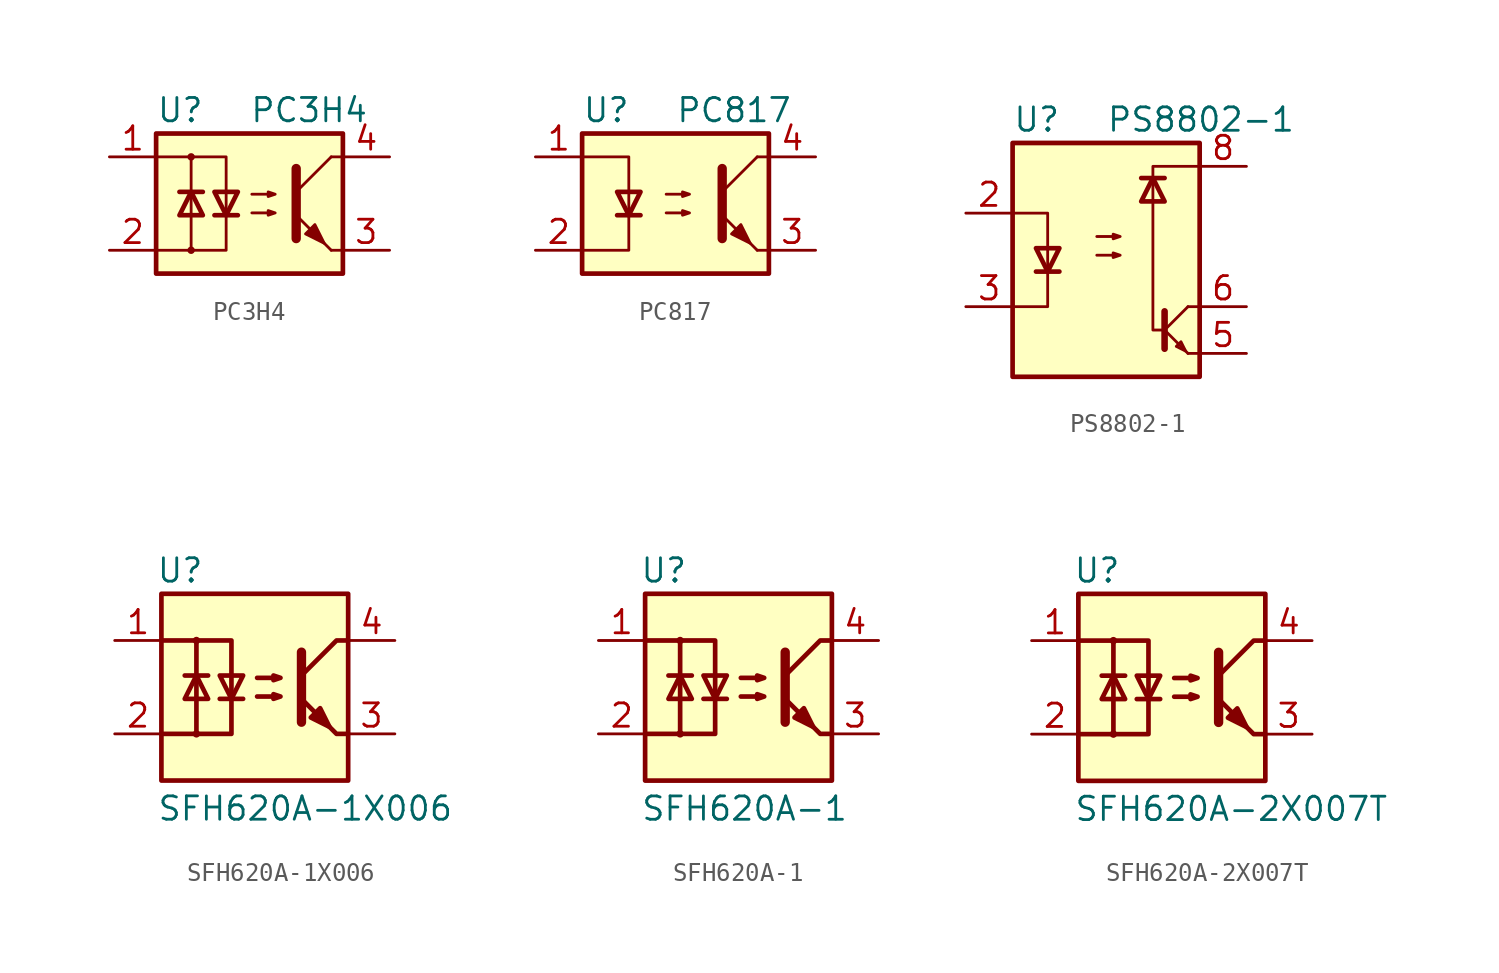
<source format=kicad_sym>
(kicad_symbol_lib
  (version 20201005)
  (generator kicad_symbol_editor)
  (symbol "Isolator_Optocoupler:PC3H4"
    (property "Reference" "U"
      (at -5.08 5.08 0)
      (effects (font (size 1.27 1.27)) (justify left)))
    (property "Value" "PC3H4"
      (at 0 5.08 0)
      (effects (font (size 1.27 1.27)) (justify left)))
    (symbol "PC3H4_0_1"
      (circle (center -3.175 -2.54) (radius 0.127) (stroke (width 0)) (fill (type none)))
      (circle (center -3.175 2.54) (radius 0.127) (stroke (width 0)) (fill (type none)))
      (rectangle (start -5.08 3.81) (end 5.08 -3.81) (stroke (width 0.254)) (fill (type background)))
      (polyline (pts (xy -3.81 0.635) (xy -2.54 0.635)) (stroke (width 0.254)) (fill (type none)))
      (polyline (pts (xy -3.175 -0.635) (xy -3.175 -2.54)) (stroke (width 0)) (fill (type none)))
      (polyline (pts (xy -3.175 -0.635) (xy -3.175 2.54)) (stroke (width 0)) (fill (type none)))
      (polyline (pts (xy -1.905 -0.635) (xy -0.635 -0.635)) (stroke (width 0.254)) (fill (type none)))
      (polyline (pts (xy 2.54 0.635) (xy 4.445 2.54)) (stroke (width 0)) (fill (type none)))
      (polyline (pts (xy 4.445 -2.54) (xy 5.08 -2.54)) (stroke (width 0)) (fill (type none)))
      (polyline (pts (xy 4.445 2.54) (xy 5.08 2.54)) (stroke (width 0)) (fill (type none)))
      (polyline (pts (xy -5.08 2.54) (xy -1.27 2.54) (xy -1.27 -0.635)) (stroke (width 0)) (fill (type none)))
      (polyline (pts (xy -1.27 -0.635) (xy -1.27 -2.54) (xy -5.08 -2.54)) (stroke (width 0)) (fill (type none)))
      (polyline (pts (xy 2.54 1.905) (xy 2.54 -1.905) (xy 2.54 -1.905)) (stroke (width 0.508)) (fill (type none)))
      (polyline (pts (xy -3.175 0.635) (xy -3.81 -0.635) (xy -2.54 -0.635) (xy -3.175 0.635)) (stroke (width 0.254)) (fill (type none)))
      (polyline (pts (xy -1.27 -0.635) (xy -1.905 0.635) (xy -0.635 0.635) (xy -1.27 -0.635)) (stroke (width 0.254)) (fill (type none)))
      (polyline (pts (xy 0.127 -0.508) (xy 1.397 -0.508) (xy 1.016 -0.635) (xy 1.016 -0.381) (xy 1.397 -0.508)) (stroke (width 0)) (fill (type none)))
      (polyline (pts (xy 0.127 0.508) (xy 1.397 0.508) (xy 1.016 0.381) (xy 1.016 0.635) (xy 1.397 0.508)) (stroke (width 0)) (fill (type none)))
      (polyline (pts (xy 4.445 -2.54) (xy 2.54 -0.635)) (stroke (width 0)) (fill (type outline)))
      (polyline (pts (xy 3.048 -1.651) (xy 3.556 -1.143) (xy 4.064 -2.159) (xy 3.048 -1.651) (xy 3.048 -1.651)) (stroke (width 0)) (fill (type outline))))
    (symbol "PC3H4_1_1"
      (pin passive line (at -7.62 2.54 0) (length 2.54) (name "~" (effects (font (size 1.27 1.27)))) (number "1" (effects (font (size 1.27 1.27)))))
      (pin passive line (at -7.62 -2.54 0) (length 2.54) (name "~" (effects (font (size 1.27 1.27)))) (number "2" (effects (font (size 1.27 1.27)))))
      (pin passive line (at 7.62 -2.54 180) (length 2.54) (name "~" (effects (font (size 1.27 1.27)))) (number "3" (effects (font (size 1.27 1.27)))))
      (pin passive line (at 7.62 2.54 180) (length 2.54) (name "~" (effects (font (size 1.27 1.27)))) (number "4" (effects (font (size 1.27 1.27)))))))
  (symbol "Isolator_Optocoupler:PC817"
    (pin_names
      (offset 1.016))
    (property "Reference" "U"
      (at -5.08 5.08 0)
      (effects (font (size 1.27 1.27)) (justify left)))
    (property "Value" "PC817"
      (at 0 5.08 0)
      (effects (font (size 1.27 1.27)) (justify left)))
    (symbol "PC817_0_1"
      (rectangle (start -5.08 3.81) (end 5.08 -3.81) (stroke (width 0.254)) (fill (type background)))
      (polyline (pts (xy -3.175 -0.635) (xy -1.905 -0.635)) (stroke (width 0.254)) (fill (type none)))
      (polyline (pts (xy 2.54 0.635) (xy 4.445 2.54)) (stroke (width 0)) (fill (type none)))
      (polyline (pts (xy 4.445 -2.54) (xy 5.08 -2.54)) (stroke (width 0)) (fill (type none)))
      (polyline (pts (xy 4.445 2.54) (xy 5.08 2.54)) (stroke (width 0)) (fill (type none)))
      (polyline (pts (xy -5.08 2.54) (xy -2.54 2.54) (xy -2.54 -0.635)) (stroke (width 0)) (fill (type none)))
      (polyline (pts (xy -2.54 -0.635) (xy -2.54 -2.54) (xy -5.08 -2.54)) (stroke (width 0)) (fill (type none)))
      (polyline (pts (xy 2.54 1.905) (xy 2.54 -1.905) (xy 2.54 -1.905)) (stroke (width 0.508)) (fill (type none)))
      (polyline (pts (xy -2.54 -0.635) (xy -3.175 0.635) (xy -1.905 0.635) (xy -2.54 -0.635)) (stroke (width 0.254)) (fill (type none)))
      (polyline (pts (xy -0.508 -0.508) (xy 0.762 -0.508) (xy 0.381 -0.635) (xy 0.381 -0.381) (xy 0.762 -0.508)) (stroke (width 0)) (fill (type none)))
      (polyline (pts (xy -0.508 0.508) (xy 0.762 0.508) (xy 0.381 0.381) (xy 0.381 0.635) (xy 0.762 0.508)) (stroke (width 0)) (fill (type none)))
      (polyline (pts (xy 4.445 -2.54) (xy 2.54 -0.635)) (stroke (width 0)) (fill (type outline)))
      (polyline (pts (xy 3.048 -1.651) (xy 3.556 -1.143) (xy 4.064 -2.159) (xy 3.048 -1.651) (xy 3.048 -1.651)) (stroke (width 0)) (fill (type outline))))
    (symbol "PC817_1_1"
      (pin passive line (at -7.62 2.54 0) (length 2.54) (name "~" (effects (font (size 1.27 1.27)))) (number "1" (effects (font (size 1.27 1.27)))))
      (pin passive line (at -7.62 -2.54 0) (length 2.54) (name "~" (effects (font (size 1.27 1.27)))) (number "2" (effects (font (size 1.27 1.27)))))
      (pin passive line (at 7.62 -2.54 180) (length 2.54) (name "~" (effects (font (size 1.27 1.27)))) (number "3" (effects (font (size 1.27 1.27)))))
      (pin passive line (at 7.62 2.54 180) (length 2.54) (name "~" (effects (font (size 1.27 1.27)))) (number "4" (effects (font (size 1.27 1.27)))))))
  (symbol "Isolator_Optocoupler:PS8802-1"
    (pin_names hide)
    (property "Reference" "U"
      (at -5.08 7.62 0)
      (effects (font (size 1.27 1.27)) (justify left)))
    (property "Value" "PS8802-1"
      (at 0 7.62 0)
      (effects (font (size 1.27 1.27)) (justify left)))
    (symbol "PS8802-1_0_1"
      (rectangle (start -5.08 6.35) (end 5.08 -6.35) (stroke (width 0.254)) (fill (type background)))
      (polyline (pts (xy -3.81 -0.635) (xy -2.54 -0.635)) (stroke (width 0.254)) (fill (type none)))
      (polyline (pts (xy 1.905 4.445) (xy 3.175 4.445)) (stroke (width 0.254)) (fill (type none)))
      (polyline (pts (xy 3.175 -2.794) (xy 3.175 -4.826)) (stroke (width 0.356)) (fill (type none)))
      (polyline (pts (xy 3.302 -3.937) (xy 4.445 -5.08)) (stroke (width 0)) (fill (type none)))
      (polyline (pts (xy 3.302 -3.683) (xy 4.445 -2.54)) (stroke (width 0)) (fill (type none)))
      (polyline (pts (xy 5.08 -5.08) (xy 4.445 -5.08)) (stroke (width 0)) (fill (type none)))
      (polyline (pts (xy 5.08 -2.54) (xy 4.445 -2.54)) (stroke (width 0)) (fill (type none)))
      (polyline (pts (xy -5.08 2.54) (xy -3.175 2.54) (xy -3.175 -2.54) (xy -5.08 -2.54)) (stroke (width 0)) (fill (type none)))
      (polyline (pts (xy -3.175 -0.635) (xy -3.81 0.635) (xy -2.54 0.635) (xy -3.175 -0.635)) (stroke (width 0.254)) (fill (type none)))
      (polyline (pts (xy 2.54 4.445) (xy 1.905 3.175) (xy 3.175 3.175) (xy 2.54 4.445)) (stroke (width 0.254)) (fill (type none)))
      (polyline (pts (xy 4.318 -4.953) (xy 4.064 -4.445) (xy 3.81 -4.699) (xy 4.318 -4.953)) (stroke (width 0)) (fill (type none)))
      (polyline (pts (xy -0.508 0.254) (xy 0.762 0.254) (xy 0.381 0.127) (xy 0.381 0.381) (xy 0.762 0.254)) (stroke (width 0)) (fill (type none)))
      (polyline (pts (xy -0.508 1.27) (xy 0.762 1.27) (xy 0.381 1.143) (xy 0.381 1.397) (xy 0.762 1.27)) (stroke (width 0)) (fill (type none)))
      (polyline (pts (xy 5.08 5.08) (xy 2.54 5.08) (xy 2.54 1.905) (xy 2.54 -3.81) (xy 3.175 -3.81)) (stroke (width 0)) (fill (type none))))
    (symbol "PS8802-1_1_1"
      (pin no_connect line (at -5.08 5.08 0) (length 2.54) hide (name "NC" (effects (font (size 1.27 1.27)))) (number "1" (effects (font (size 1.27 1.27)))))
      (pin passive line (at -7.62 2.54 0) (length 2.54) (name "A" (effects (font (size 1.27 1.27)))) (number "2" (effects (font (size 1.27 1.27)))))
      (pin passive line (at -7.62 -2.54 0) (length 2.54) (name "C" (effects (font (size 1.27 1.27)))) (number "3" (effects (font (size 1.27 1.27)))))
      (pin no_connect line (at -5.08 -5.08 0) (length 2.54) hide (name "NC" (effects (font (size 1.27 1.27)))) (number "4" (effects (font (size 1.27 1.27)))))
      (pin passive line (at 7.62 -5.08 180) (length 2.54) (name "GND" (effects (font (size 1.27 1.27)))) (number "5" (effects (font (size 1.27 1.27)))))
      (pin passive line (at 7.62 -2.54 180) (length 2.54) (name "VO" (effects (font (size 1.27 1.27)))) (number "6" (effects (font (size 1.27 1.27)))))
      (pin no_connect line (at 5.08 2.54 180) (length 2.54) hide (name "NC" (effects (font (size 1.27 1.27)))) (number "7" (effects (font (size 1.27 1.27)))))
      (pin passive line (at 7.62 5.08 180) (length 2.54) (name "VCC" (effects (font (size 1.27 1.27)))) (number "8" (effects (font (size 1.27 1.27)))))))
  (symbol "Isolator_Optocoupler:SFH620A-1X006"
    (property "Reference" "U"
      (at -4.064 6.35 0)
      (effects (font (size 1.27 1.27))))
    (property "Value" "SFH620A-1X006"
      (at -5.334 -6.604 0)
      (effects (font (size 1.27 1.27)) (justify left)))
    (symbol "SFH620A-1X006_1_1"
      (circle (center -3.175 -2.54) (radius 0.127) (stroke (width 0)) (fill (type none)))
      (circle (center -3.175 2.54) (radius 0.127) (stroke (width 0)) (fill (type none)))
      (rectangle (start -5.08 5.08) (end 5.08 -5.08) (stroke (width 0.254)) (fill (type background)))
      (polyline (pts (xy -3.81 0.635) (xy -2.54 0.635)) (stroke (width 0.254)) (fill (type none)))
      (polyline (pts (xy -1.905 -0.635) (xy -0.635 -0.635)) (stroke (width 0.254)) (fill (type none)))
      (polyline (pts (xy 2.54 1.905) (xy 2.54 -1.905) (xy 2.54 -1.905)) (stroke (width 0.508)) (fill (type none)))
      (polyline (pts (xy 5.08 -2.54) (xy 4.445 -2.54) (xy 2.54 -0.635)) (stroke (width 0.254)) (fill (type none)))
      (polyline (pts (xy 5.08 2.54) (xy 4.445 2.54) (xy 2.54 0.635)) (stroke (width 0.254)) (fill (type none)))
      (polyline (pts (xy -5.08 2.54) (xy -3.175 2.54) (xy -3.175 -2.54) (xy -5.08 -2.54)) (stroke (width 0.254)) (fill (type none)))
      (polyline (pts (xy -3.175 -2.54) (xy -1.27 -2.54) (xy -1.27 2.54) (xy -3.175 2.54)) (stroke (width 0.254)) (fill (type none)))
      (polyline (pts (xy -3.175 0.635) (xy -3.81 -0.635) (xy -2.54 -0.635) (xy -3.175 0.635)) (stroke (width 0.254)) (fill (type none)))
      (polyline (pts (xy -1.27 -0.635) (xy -1.905 0.635) (xy -0.635 0.635) (xy -1.27 -0.635)) (stroke (width 0.254)) (fill (type none)))
      (polyline (pts (xy 0.127 -0.508) (xy 1.397 -0.508) (xy 1.016 -0.635) (xy 1.016 -0.381) (xy 1.397 -0.508)) (stroke (width 0.254)) (fill (type none)))
      (polyline (pts (xy 0.127 0.508) (xy 1.397 0.508) (xy 1.016 0.381) (xy 1.016 0.635) (xy 1.397 0.508)) (stroke (width 0.254)) (fill (type none)))
      (polyline (pts (xy 3.048 -1.651) (xy 3.556 -1.143) (xy 4.064 -2.159) (xy 3.048 -1.651) (xy 3.048 -1.651)) (stroke (width 0.254)) (fill (type outline)))
      (pin passive line (at -7.62 2.54 0) (length 2.54) (name "~" (effects (font (size 1.27 1.27)))) (number "1" (effects (font (size 1.27 1.27)))))
      (pin passive line (at -7.62 -2.54 0) (length 2.54) (name "~" (effects (font (size 1.27 1.27)))) (number "2" (effects (font (size 1.27 1.27)))))
      (pin passive line (at 7.62 -2.54 180) (length 2.54) (name "~" (effects (font (size 1.27 1.27)))) (number "3" (effects (font (size 1.27 1.27)))))
      (pin passive line (at 7.62 2.54 180) (length 2.54) (name "~" (effects (font (size 1.27 1.27)))) (number "4" (effects (font (size 1.27 1.27)))))))
  (symbol "Isolator_Optocoupler:SFH620A-1"
    (property "Reference" "U"
      (at -4.064 6.35 0)
      (effects (font (size 1.27 1.27))))
    (property "Value" "SFH620A-1"
      (at -5.334 -6.604 0)
      (effects (font (size 1.27 1.27)) (justify left)))
    (symbol "SFH620A-1_0_1"
      (rectangle (start -5.08 5.08) (end 5.08 -5.08) (stroke (width 0.254)) (fill (type background))))
    (symbol "SFH620A-1_1_1"
      (circle (center -3.175 -2.54) (radius 0.127) (stroke (width 0)) (fill (type none)))
      (circle (center -3.175 2.54) (radius 0.127) (stroke (width 0)) (fill (type none)))
      (polyline (pts (xy -3.81 0.635) (xy -2.54 0.635)) (stroke (width 0.254)) (fill (type none)))
      (polyline (pts (xy -1.905 -0.635) (xy -0.635 -0.635)) (stroke (width 0.254)) (fill (type none)))
      (polyline (pts (xy 2.54 1.905) (xy 2.54 -1.905) (xy 2.54 -1.905)) (stroke (width 0.508)) (fill (type none)))
      (polyline (pts (xy 5.08 -2.54) (xy 4.445 -2.54) (xy 2.54 -0.635)) (stroke (width 0.254)) (fill (type none)))
      (polyline (pts (xy 5.08 2.54) (xy 4.445 2.54) (xy 2.54 0.635)) (stroke (width 0.254)) (fill (type none)))
      (polyline (pts (xy -5.08 2.54) (xy -3.175 2.54) (xy -3.175 -2.54) (xy -5.08 -2.54)) (stroke (width 0.254)) (fill (type none)))
      (polyline (pts (xy -3.175 -2.54) (xy -1.27 -2.54) (xy -1.27 2.54) (xy -3.175 2.54)) (stroke (width 0.254)) (fill (type none)))
      (polyline (pts (xy -3.175 0.635) (xy -3.81 -0.635) (xy -2.54 -0.635) (xy -3.175 0.635)) (stroke (width 0.254)) (fill (type none)))
      (polyline (pts (xy -1.27 -0.635) (xy -1.905 0.635) (xy -0.635 0.635) (xy -1.27 -0.635)) (stroke (width 0.254)) (fill (type none)))
      (polyline (pts (xy 0.127 -0.508) (xy 1.397 -0.508) (xy 1.016 -0.635) (xy 1.016 -0.381) (xy 1.397 -0.508)) (stroke (width 0.254)) (fill (type none)))
      (polyline (pts (xy 0.127 0.508) (xy 1.397 0.508) (xy 1.016 0.381) (xy 1.016 0.635) (xy 1.397 0.508)) (stroke (width 0.254)) (fill (type none)))
      (polyline (pts (xy 3.048 -1.651) (xy 3.556 -1.143) (xy 4.064 -2.159) (xy 3.048 -1.651) (xy 3.048 -1.651)) (stroke (width 0.254)) (fill (type outline)))
      (pin passive line (at -7.62 2.54 0) (length 2.54) (name "~" (effects (font (size 1.27 1.27)))) (number "1" (effects (font (size 1.27 1.27)))))
      (pin passive line (at -7.62 -2.54 0) (length 2.54) (name "~" (effects (font (size 1.27 1.27)))) (number "2" (effects (font (size 1.27 1.27)))))
      (pin passive line (at 7.62 -2.54 180) (length 2.54) (name "~" (effects (font (size 1.27 1.27)))) (number "3" (effects (font (size 1.27 1.27)))))
      (pin passive line (at 7.62 2.54 180) (length 2.54) (name "~" (effects (font (size 1.27 1.27)))) (number "4" (effects (font (size 1.27 1.27)))))))
  (symbol "Isolator_Optocoupler:SFH620A-2X007T"
    (property "Reference" "U"
      (at -4.064 6.35 0)
      (effects (font (size 1.27 1.27))))
    (property "Value" "SFH620A-2X007T"
      (at -5.334 -6.604 0)
      (effects (font (size 1.27 1.27)) (justify left)))
    (symbol "SFH620A-2X007T_1_1"
      (circle (center -3.175 -2.54) (radius 0.127) (stroke (width 0)) (fill (type none)))
      (circle (center -3.175 2.54) (radius 0.127) (stroke (width 0)) (fill (type none)))
      (rectangle (start -5.08 5.08) (end 5.08 -5.08) (stroke (width 0.254)) (fill (type background)))
      (polyline (pts (xy -3.81 0.635) (xy -2.54 0.635)) (stroke (width 0.254)) (fill (type none)))
      (polyline (pts (xy -1.905 -0.635) (xy -0.635 -0.635)) (stroke (width 0.254)) (fill (type none)))
      (polyline (pts (xy 2.54 1.905) (xy 2.54 -1.905) (xy 2.54 -1.905)) (stroke (width 0.508)) (fill (type none)))
      (polyline (pts (xy 5.08 -2.54) (xy 4.445 -2.54) (xy 2.54 -0.635)) (stroke (width 0.254)) (fill (type none)))
      (polyline (pts (xy 5.08 2.54) (xy 4.445 2.54) (xy 2.54 0.635)) (stroke (width 0.254)) (fill (type none)))
      (polyline (pts (xy -5.08 2.54) (xy -3.175 2.54) (xy -3.175 -2.54) (xy -5.08 -2.54)) (stroke (width 0.254)) (fill (type none)))
      (polyline (pts (xy -3.175 -2.54) (xy -1.27 -2.54) (xy -1.27 2.54) (xy -3.175 2.54)) (stroke (width 0.254)) (fill (type none)))
      (polyline (pts (xy -3.175 0.635) (xy -3.81 -0.635) (xy -2.54 -0.635) (xy -3.175 0.635)) (stroke (width 0.254)) (fill (type none)))
      (polyline (pts (xy -1.27 -0.635) (xy -1.905 0.635) (xy -0.635 0.635) (xy -1.27 -0.635)) (stroke (width 0.254)) (fill (type none)))
      (polyline (pts (xy 0.127 -0.508) (xy 1.397 -0.508) (xy 1.016 -0.635) (xy 1.016 -0.381) (xy 1.397 -0.508)) (stroke (width 0.254)) (fill (type none)))
      (polyline (pts (xy 0.127 0.508) (xy 1.397 0.508) (xy 1.016 0.381) (xy 1.016 0.635) (xy 1.397 0.508)) (stroke (width 0.254)) (fill (type none)))
      (polyline (pts (xy 3.048 -1.651) (xy 3.556 -1.143) (xy 4.064 -2.159) (xy 3.048 -1.651) (xy 3.048 -1.651)) (stroke (width 0.254)) (fill (type outline)))
      (pin passive line (at -7.62 2.54 0) (length 2.54) (name "~" (effects (font (size 1.27 1.27)))) (number "1" (effects (font (size 1.27 1.27)))))
      (pin passive line (at -7.62 -2.54 0) (length 2.54) (name "~" (effects (font (size 1.27 1.27)))) (number "2" (effects (font (size 1.27 1.27)))))
      (pin passive line (at 7.62 -2.54 180) (length 2.54) (name "~" (effects (font (size 1.27 1.27)))) (number "3" (effects (font (size 1.27 1.27)))))
      (pin passive line (at 7.62 2.54 180) (length 2.54) (name "~" (effects (font (size 1.27 1.27)))) (number "4" (effects (font (size 1.27 1.27))))))))
</source>
